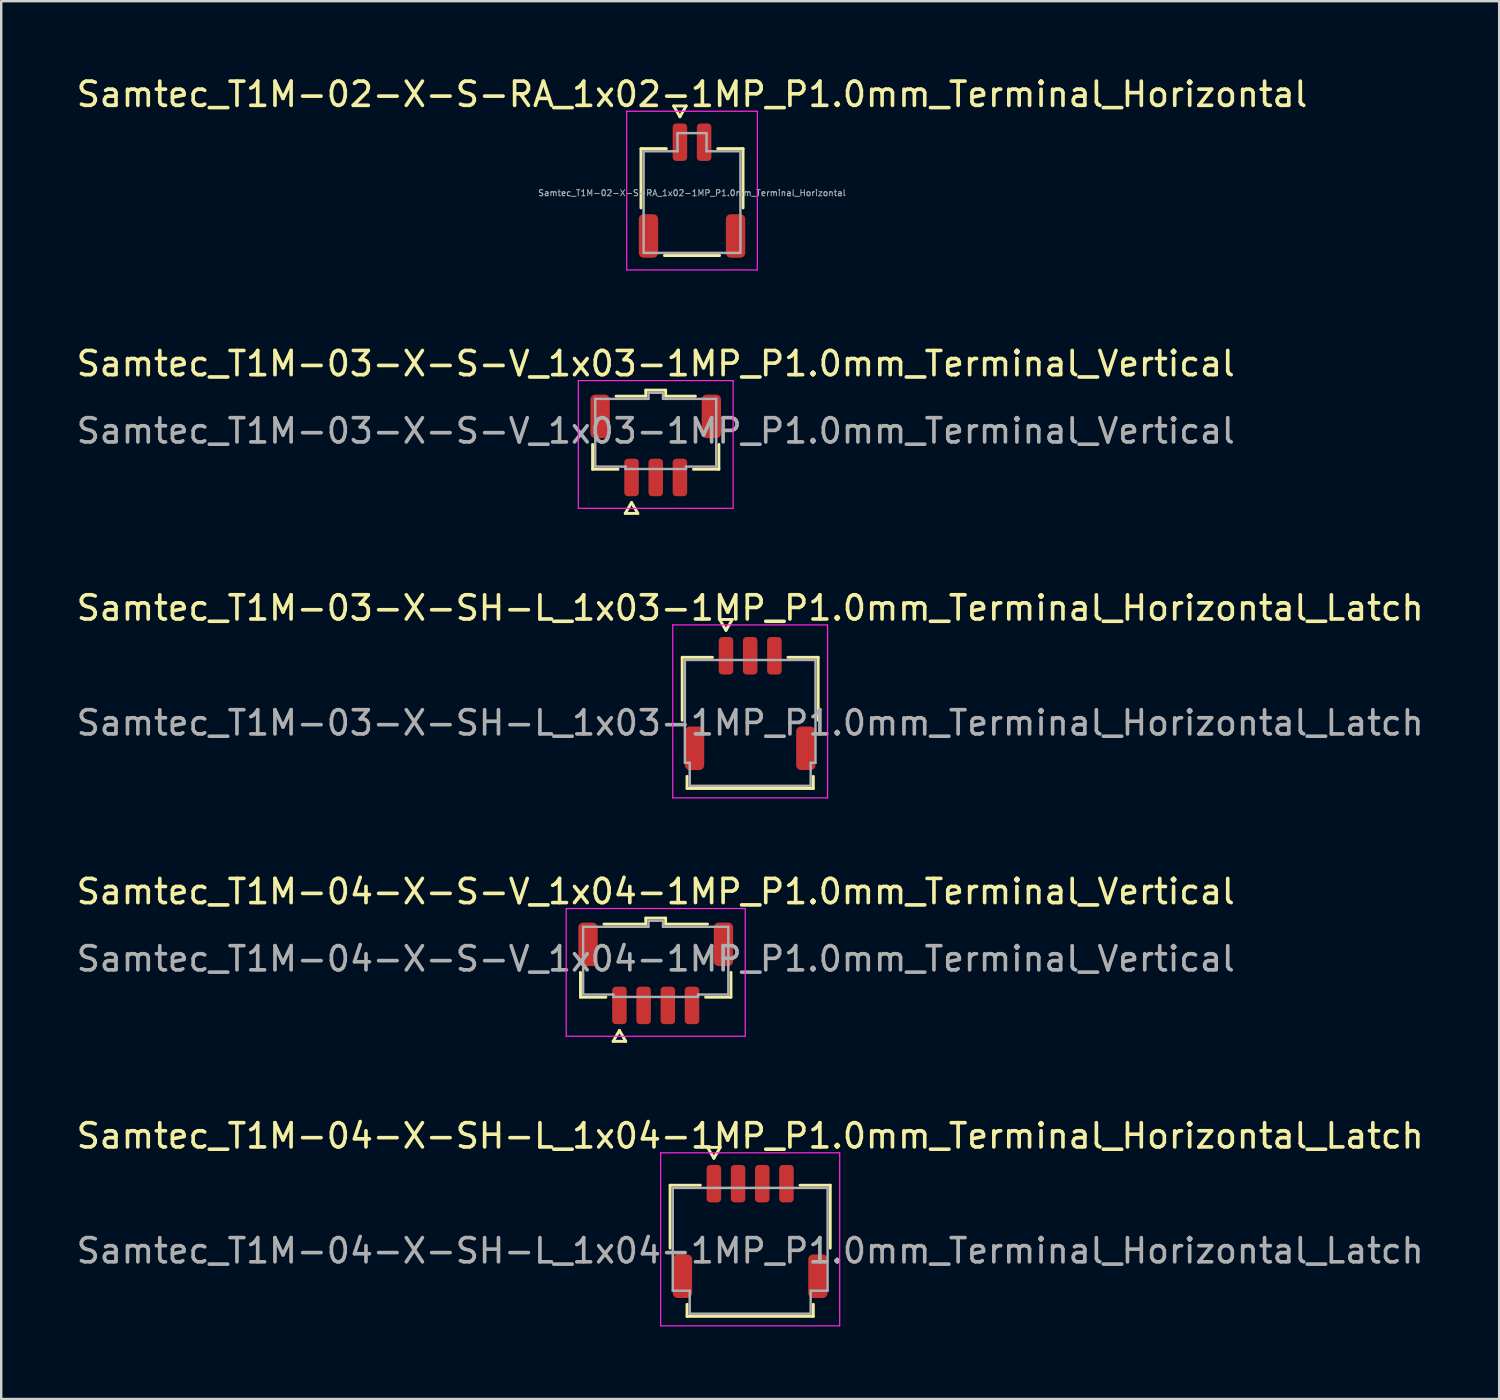
<source format=kicad_pcb>
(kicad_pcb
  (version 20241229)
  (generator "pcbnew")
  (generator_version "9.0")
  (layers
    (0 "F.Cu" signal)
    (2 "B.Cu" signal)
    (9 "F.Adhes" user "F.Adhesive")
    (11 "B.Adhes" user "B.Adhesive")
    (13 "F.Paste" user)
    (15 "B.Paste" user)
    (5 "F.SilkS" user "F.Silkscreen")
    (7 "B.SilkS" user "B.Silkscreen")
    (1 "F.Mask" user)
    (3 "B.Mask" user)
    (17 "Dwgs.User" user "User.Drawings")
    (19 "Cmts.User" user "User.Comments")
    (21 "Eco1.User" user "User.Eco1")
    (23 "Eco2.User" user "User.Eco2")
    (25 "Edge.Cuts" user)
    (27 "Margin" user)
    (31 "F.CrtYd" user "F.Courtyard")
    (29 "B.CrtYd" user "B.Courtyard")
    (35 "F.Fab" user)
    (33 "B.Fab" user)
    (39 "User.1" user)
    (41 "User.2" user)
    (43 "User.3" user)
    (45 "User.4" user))
  (footprint "Samtec_T1M-03-X-S-V_1x03-1MP_P1.0mm_Terminal_Vertical"
    (layer "F.Cu")
    (at 24.054 14.761)
    (property "Reference" "Samtec_T1M-03-X-S-V_1x03-1MP_P1.0mm_Terminal_Vertical" (at 0 -2.78 0) (layer "F.SilkS") (effects (font (size 1 1) (thickness 0.15))))
    (attr smd)
    (fp_line (start -2.61 1.585) (end -2.61 0.56) (stroke (width 0.12) (type solid)) (layer "F.SilkS"))
    (fp_line (start -1.64 -1.435) (end -0.41 -1.435) (stroke (width 0.12) (type solid)) (layer "F.SilkS"))
    (fp_line (start -1.56 1.585) (end -2.61 1.585) (stroke (width 0.12) (type solid)) (layer "F.SilkS"))
    (fp_line (start -1.26 3.41) (end -1 2.96) (stroke (width 0.12) (type solid)) (layer "F.SilkS"))
    (fp_line (start -1 2.96) (end -0.74 3.41) (stroke (width 0.12) (type solid)) (layer "F.SilkS"))
    (fp_line (start -0.74 3.41) (end -1.26 3.41) (stroke (width 0.12) (type solid)) (layer "F.SilkS"))
    (fp_line (start -0.41 -1.685) (end 0.41 -1.685) (stroke (width 0.12) (type solid)) (layer "F.SilkS"))
    (fp_line (start -0.41 -1.435) (end -0.41 -1.685) (stroke (width 0.12) (type solid)) (layer "F.SilkS"))
    (fp_line (start 0.41 -1.685) (end 0.41 -1.435) (stroke (width 0.12) (type solid)) (layer "F.SilkS"))
    (fp_line (start 0.41 -1.435) (end 1.64 -1.435) (stroke (width 0.12) (type solid)) (layer "F.SilkS"))
    (fp_line (start 2.61 0.56) (end 2.61 1.585) (stroke (width 0.12) (type solid)) (layer "F.SilkS"))
    (fp_line (start 2.61 1.585) (end 1.56 1.585) (stroke (width 0.12) (type solid)) (layer "F.SilkS"))
    (fp_line (start -3.2 -2.08) (end -3.2 3.2) (stroke (width 0.05) (type solid)) (layer "F.CrtYd"))
    (fp_line (start -3.2 3.2) (end 3.2 3.2) (stroke (width 0.05) (type solid)) (layer "F.CrtYd"))
    (fp_line (start 3.2 -2.08) (end -3.2 -2.08) (stroke (width 0.05) (type solid)) (layer "F.CrtYd"))
    (fp_line (start 3.2 3.2) (end 3.2 -2.08) (stroke (width 0.05) (type solid)) (layer "F.CrtYd"))
    (fp_line (start -2.5 -1.325) (end -0.3 -1.325) (stroke (width 0.1) (type solid)) (layer "F.Fab"))
    (fp_line (start -2.5 1.475) (end -2.5 -1.325) (stroke (width 0.1) (type solid)) (layer "F.Fab"))
    (fp_line (start -1.25 1.475) (end -2.5 1.475) (stroke (width 0.1) (type solid)) (layer "F.Fab"))
    (fp_line (start -1.25 1.575) (end -1.25 1.475) (stroke (width 0.1) (type solid)) (layer "F.Fab"))
    (fp_line (start -0.3 -1.575) (end 0.3 -1.575) (stroke (width 0.1) (type solid)) (layer "F.Fab"))
    (fp_line (start -0.3 -1.325) (end -0.3 -1.575) (stroke (width 0.1) (type solid)) (layer "F.Fab"))
    (fp_line (start 0.3 -1.575) (end 0.3 -1.325) (stroke (width 0.1) (type solid)) (layer "F.Fab"))
    (fp_line (start 0.3 -1.325) (end 2.5 -1.325) (stroke (width 0.1) (type solid)) (layer "F.Fab"))
    (fp_line (start 1.25 1.475) (end 1.25 1.575) (stroke (width 0.1) (type solid)) (layer "F.Fab"))
    (fp_line (start 1.25 1.575) (end -1.25 1.575) (stroke (width 0.1) (type solid)) (layer "F.Fab"))
    (fp_line (start 2.5 -1.325) (end 2.5 1.475) (stroke (width 0.1) (type solid)) (layer "F.Fab"))
    (fp_line (start 2.5 1.475) (end 1.25 1.475) (stroke (width 0.1) (type solid)) (layer "F.Fab"))
    (fp_text user "${REFERENCE}" (at 0 0 0) (layer "F.Fab") (effects (font (size 1 1) (thickness 0.15))))
    (pad "1" smd roundrect (at -1 1.925) (size 0.6 1.55) (layers "F.Cu" "F.Mask" "F.Paste") (roundrect_rratio 0.25))
    (pad "2" smd roundrect (at 0 1.925) (size 0.6 1.55) (layers "F.Cu" "F.Mask" "F.Paste") (roundrect_rratio 0.25))
    (pad "3" smd roundrect (at 1 1.925) (size 0.6 1.55) (layers "F.Cu" "F.Mask" "F.Paste") (roundrect_rratio 0.25))
    (pad "MP" smd roundrect (at -2.3 -0.6) (size 0.8 1.8) (layers "F.Cu" "F.Mask" "F.Paste") (roundrect_rratio 0.25))
    (pad "MP" smd roundrect (at 2.3 -0.6) (size 0.8 1.8) (layers "F.Cu" "F.Mask" "F.Paste") (roundrect_rratio 0.25)))
  (footprint "Samtec_T1M-04-X-S-V_1x04-1MP_P1.0mm_Terminal_Vertical"
    (layer "F.Cu")
    (at 24.054 36.583)
    (property "Reference" "Samtec_T1M-04-X-S-V_1x04-1MP_P1.0mm_Terminal_Vertical" (at 0 -2.78 0) (layer "F.SilkS") (effects (font (size 1 1) (thickness 0.15))))
    (attr smd)
    (fp_line (start -3.11 1.585) (end -3.11 0.56) (stroke (width 0.12) (type solid)) (layer "F.SilkS"))
    (fp_line (start -2.14 -1.435) (end -0.41 -1.435) (stroke (width 0.12) (type solid)) (layer "F.SilkS"))
    (fp_line (start -2.06 1.585) (end -3.11 1.585) (stroke (width 0.12) (type solid)) (layer "F.SilkS"))
    (fp_line (start -1.76 3.41) (end -1.5 2.96) (stroke (width 0.12) (type solid)) (layer "F.SilkS"))
    (fp_line (start -1.5 2.96) (end -1.24 3.41) (stroke (width 0.12) (type solid)) (layer "F.SilkS"))
    (fp_line (start -1.24 3.41) (end -1.76 3.41) (stroke (width 0.12) (type solid)) (layer "F.SilkS"))
    (fp_line (start -0.41 -1.685) (end 0.41 -1.685) (stroke (width 0.12) (type solid)) (layer "F.SilkS"))
    (fp_line (start -0.41 -1.435) (end -0.41 -1.685) (stroke (width 0.12) (type solid)) (layer "F.SilkS"))
    (fp_line (start 0.41 -1.685) (end 0.41 -1.435) (stroke (width 0.12) (type solid)) (layer "F.SilkS"))
    (fp_line (start 0.41 -1.435) (end 2.14 -1.435) (stroke (width 0.12) (type solid)) (layer "F.SilkS"))
    (fp_line (start 3.11 0.56) (end 3.11 1.585) (stroke (width 0.12) (type solid)) (layer "F.SilkS"))
    (fp_line (start 3.11 1.585) (end 2.06 1.585) (stroke (width 0.12) (type solid)) (layer "F.SilkS"))
    (fp_line (start -3.7 -2.08) (end -3.7 3.2) (stroke (width 0.05) (type solid)) (layer "F.CrtYd"))
    (fp_line (start -3.7 3.2) (end 3.7 3.2) (stroke (width 0.05) (type solid)) (layer "F.CrtYd"))
    (fp_line (start 3.7 -2.08) (end -3.7 -2.08) (stroke (width 0.05) (type solid)) (layer "F.CrtYd"))
    (fp_line (start 3.7 3.2) (end 3.7 -2.08) (stroke (width 0.05) (type solid)) (layer "F.CrtYd"))
    (fp_line (start -3 -1.325) (end -0.3 -1.325) (stroke (width 0.1) (type solid)) (layer "F.Fab"))
    (fp_line (start -3 1.475) (end -3 -1.325) (stroke (width 0.1) (type solid)) (layer "F.Fab"))
    (fp_line (start -1.75 1.475) (end -3 1.475) (stroke (width 0.1) (type solid)) (layer "F.Fab"))
    (fp_line (start -1.75 1.575) (end -1.75 1.475) (stroke (width 0.1) (type solid)) (layer "F.Fab"))
    (fp_line (start -0.3 -1.575) (end 0.3 -1.575) (stroke (width 0.1) (type solid)) (layer "F.Fab"))
    (fp_line (start -0.3 -1.325) (end -0.3 -1.575) (stroke (width 0.1) (type solid)) (layer "F.Fab"))
    (fp_line (start 0.3 -1.575) (end 0.3 -1.325) (stroke (width 0.1) (type solid)) (layer "F.Fab"))
    (fp_line (start 0.3 -1.325) (end 3 -1.325) (stroke (width 0.1) (type solid)) (layer "F.Fab"))
    (fp_line (start 1.75 1.475) (end 1.75 1.575) (stroke (width 0.1) (type solid)) (layer "F.Fab"))
    (fp_line (start 1.75 1.575) (end -1.75 1.575) (stroke (width 0.1) (type solid)) (layer "F.Fab"))
    (fp_line (start 3 -1.325) (end 3 1.475) (stroke (width 0.1) (type solid)) (layer "F.Fab"))
    (fp_line (start 3 1.475) (end 1.75 1.475) (stroke (width 0.1) (type solid)) (layer "F.Fab"))
    (fp_text user "${REFERENCE}" (at 0 0 0) (layer "F.Fab") (effects (font (size 1 1) (thickness 0.15))))
    (pad "1" smd roundrect (at -1.5 1.925) (size 0.6 1.55) (layers "F.Cu" "F.Mask" "F.Paste") (roundrect_rratio 0.25))
    (pad "2" smd roundrect (at -0.5 1.925) (size 0.6 1.55) (layers "F.Cu" "F.Mask" "F.Paste") (roundrect_rratio 0.25))
    (pad "3" smd roundrect (at 0.5 1.925) (size 0.6 1.55) (layers "F.Cu" "F.Mask" "F.Paste") (roundrect_rratio 0.25))
    (pad "4" smd roundrect (at 1.5 1.925) (size 0.6 1.55) (layers "F.Cu" "F.Mask" "F.Paste") (roundrect_rratio 0.25))
    (pad "MP" smd roundrect (at -2.8 -0.6) (size 0.8 1.8) (layers "F.Cu" "F.Mask" "F.Paste") (roundrect_rratio 0.25))
    (pad "MP" smd roundrect (at 2.8 -0.6) (size 0.8 1.8) (layers "F.Cu" "F.Mask" "F.Paste") (roundrect_rratio 0.25)))
  (footprint "Samtec_T1M-04-X-SH-L_1x04-1MP_P1.0mm_Terminal_Horizontal_Latch"
    (layer "F.Cu")
    (at 27.958 48.651)
    (property "Reference" "Samtec_T1M-04-X-SH-L_1x04-1MP_P1.0mm_Terminal_Horizontal_Latch" (at 0 -4.75 0) (layer "F.SilkS") (effects (font (size 1 1) (thickness 0.15))))
    (attr smd)
    (fp_line (start -3.31 -2.71) (end -2.06 -2.71) (stroke (width 0.12) (type solid)) (layer "F.SilkS"))
    (fp_line (start -3.31 -0.11) (end -3.31 -2.71) (stroke (width 0.12) (type solid)) (layer "F.SilkS"))
    (fp_line (start -2.61 2.71) (end -2.61 2.21) (stroke (width 0.12) (type solid)) (layer "F.SilkS"))
    (fp_line (start -1.76 -4.275) (end -1.5 -3.825) (stroke (width 0.12) (type solid)) (layer "F.SilkS"))
    (fp_line (start -1.5 -3.825) (end -1.24 -4.275) (stroke (width 0.12) (type solid)) (layer "F.SilkS"))
    (fp_line (start -1.24 -4.275) (end -1.76 -4.275) (stroke (width 0.12) (type solid)) (layer "F.SilkS"))
    (fp_line (start 2.06 -2.71) (end 3.31 -2.71) (stroke (width 0.12) (type solid)) (layer "F.SilkS"))
    (fp_line (start 2.61 2.21) (end 2.61 2.71) (stroke (width 0.12) (type solid)) (layer "F.SilkS"))
    (fp_line (start 2.61 2.71) (end -2.61 2.71) (stroke (width 0.12) (type solid)) (layer "F.SilkS"))
    (fp_line (start 3.31 -2.71) (end 3.31 -0.11) (stroke (width 0.12) (type solid)) (layer "F.SilkS"))
    (fp_line (start -3.7 -4.05) (end -3.7 3.1) (stroke (width 0.05) (type solid)) (layer "F.CrtYd"))
    (fp_line (start -3.7 3.1) (end 3.7 3.1) (stroke (width 0.05) (type solid)) (layer "F.CrtYd"))
    (fp_line (start 3.7 -4.05) (end -3.7 -4.05) (stroke (width 0.05) (type solid)) (layer "F.CrtYd"))
    (fp_line (start 3.7 3.1) (end 3.7 -4.05) (stroke (width 0.05) (type solid)) (layer "F.CrtYd"))
    (fp_line (start -3.2 -2.6) (end 3.2 -2.6) (stroke (width 0.1) (type solid)) (layer "F.Fab"))
    (fp_line (start -3.2 1.65) (end -3.2 -2.6) (stroke (width 0.1) (type solid)) (layer "F.Fab"))
    (fp_line (start -2.5 1.65) (end -3.2 1.65) (stroke (width 0.1) (type solid)) (layer "F.Fab"))
    (fp_line (start -2.5 2.6) (end -2.5 1.65) (stroke (width 0.1) (type solid)) (layer "F.Fab"))
    (fp_line (start 2.5 1.65) (end 2.5 2.6) (stroke (width 0.1) (type solid)) (layer "F.Fab"))
    (fp_line (start 2.5 2.6) (end -2.5 2.6) (stroke (width 0.1) (type solid)) (layer "F.Fab"))
    (fp_line (start 3.2 -2.6) (end 3.2 1.65) (stroke (width 0.1) (type solid)) (layer "F.Fab"))
    (fp_line (start 3.2 1.65) (end 2.5 1.65) (stroke (width 0.1) (type solid)) (layer "F.Fab"))
    (fp_text user "${REFERENCE}" (at 0 0 0) (layer "F.Fab") (effects (font (size 1 1) (thickness 0.15))))
    (pad "1" smd roundrect (at -1.5 -2.775) (size 0.6 1.55) (layers "F.Cu" "F.Mask" "F.Paste") (roundrect_rratio 0.25))
    (pad "2" smd roundrect (at -0.5 -2.775) (size 0.6 1.55) (layers "F.Cu" "F.Mask" "F.Paste") (roundrect_rratio 0.25))
    (pad "3" smd roundrect (at 0.5 -2.775) (size 0.6 1.55) (layers "F.Cu" "F.Mask" "F.Paste") (roundrect_rratio 0.25))
    (pad "4" smd roundrect (at 1.5 -2.775) (size 0.6 1.55) (layers "F.Cu" "F.Mask" "F.Paste") (roundrect_rratio 0.25))
    (pad "MP" smd roundrect (at -2.8 1.05) (size 0.8 1.8) (layers "F.Cu" "F.Mask" "F.Paste") (roundrect_rratio 0.25))
    (pad "MP" smd roundrect (at 2.8 1.05) (size 0.8 1.8) (layers "F.Cu" "F.Mask" "F.Paste") (roundrect_rratio 0.25)))
  (footprint "Samtec_T1M-03-X-SH-L_1x03-1MP_P1.0mm_Terminal_Horizontal_Latch"
    (layer "F.Cu")
    (at 27.958 26.83)
    (property "Reference" "Samtec_T1M-03-X-SH-L_1x03-1MP_P1.0mm_Terminal_Horizontal_Latch" (at 0 -4.75 0) (layer "F.SilkS") (effects (font (size 1 1) (thickness 0.15))))
    (attr smd)
    (fp_line (start -2.81 -2.71) (end -1.56 -2.71) (stroke (width 0.12) (type solid)) (layer "F.SilkS"))
    (fp_line (start -2.81 -0.11) (end -2.81 -2.71) (stroke (width 0.12) (type solid)) (layer "F.SilkS"))
    (fp_line (start -2.61 2.71) (end -2.61 2.21) (stroke (width 0.12) (type solid)) (layer "F.SilkS"))
    (fp_line (start -1.26 -4.275) (end -1 -3.825) (stroke (width 0.12) (type solid)) (layer "F.SilkS"))
    (fp_line (start -1 -3.825) (end -0.74 -4.275) (stroke (width 0.12) (type solid)) (layer "F.SilkS"))
    (fp_line (start -0.74 -4.275) (end -1.26 -4.275) (stroke (width 0.12) (type solid)) (layer "F.SilkS"))
    (fp_line (start 1.56 -2.71) (end 2.81 -2.71) (stroke (width 0.12) (type solid)) (layer "F.SilkS"))
    (fp_line (start 2.61 2.21) (end 2.61 2.71) (stroke (width 0.12) (type solid)) (layer "F.SilkS"))
    (fp_line (start 2.61 2.71) (end -2.61 2.71) (stroke (width 0.12) (type solid)) (layer "F.SilkS"))
    (fp_line (start 2.81 -2.71) (end 2.81 -0.11) (stroke (width 0.12) (type solid)) (layer "F.SilkS"))
    (fp_line (start -3.2 -4.05) (end -3.2 3.1) (stroke (width 0.05) (type solid)) (layer "F.CrtYd"))
    (fp_line (start -3.2 3.1) (end 3.2 3.1) (stroke (width 0.05) (type solid)) (layer "F.CrtYd"))
    (fp_line (start 3.2 -4.05) (end -3.2 -4.05) (stroke (width 0.05) (type solid)) (layer "F.CrtYd"))
    (fp_line (start 3.2 3.1) (end 3.2 -4.05) (stroke (width 0.05) (type solid)) (layer "F.CrtYd"))
    (fp_line (start -2.7 -2.6) (end 2.7 -2.6) (stroke (width 0.1) (type solid)) (layer "F.Fab"))
    (fp_line (start -2.7 1.65) (end -2.7 -2.6) (stroke (width 0.1) (type solid)) (layer "F.Fab"))
    (fp_line (start -2.5 1.65) (end -2.7 1.65) (stroke (width 0.1) (type solid)) (layer "F.Fab"))
    (fp_line (start -2.5 2.6) (end -2.5 1.65) (stroke (width 0.1) (type solid)) (layer "F.Fab"))
    (fp_line (start 2.5 1.65) (end 2.5 2.6) (stroke (width 0.1) (type solid)) (layer "F.Fab"))
    (fp_line (start 2.5 2.6) (end -2.5 2.6) (stroke (width 0.1) (type solid)) (layer "F.Fab"))
    (fp_line (start 2.7 -2.6) (end 2.7 1.65) (stroke (width 0.1) (type solid)) (layer "F.Fab"))
    (fp_line (start 2.7 1.65) (end 2.5 1.65) (stroke (width 0.1) (type solid)) (layer "F.Fab"))
    (fp_text user "${REFERENCE}" (at 0 0 0) (layer "F.Fab") (effects (font (size 1 1) (thickness 0.15))))
    (pad "1" smd roundrect (at -1 -2.775) (size 0.6 1.55) (layers "F.Cu" "F.Mask" "F.Paste") (roundrect_rratio 0.25))
    (pad "2" smd roundrect (at 0 -2.775) (size 0.6 1.55) (layers "F.Cu" "F.Mask" "F.Paste") (roundrect_rratio 0.25))
    (pad "3" smd roundrect (at 1 -2.775) (size 0.6 1.55) (layers "F.Cu" "F.Mask" "F.Paste") (roundrect_rratio 0.25))
    (pad "MP" smd roundrect (at -2.3 1.05) (size 0.8 1.8) (layers "F.Cu" "F.Mask" "F.Paste") (roundrect_rratio 0.25))
    (pad "MP" smd roundrect (at 2.3 1.05) (size 0.8 1.8) (layers "F.Cu" "F.Mask" "F.Paste") (roundrect_rratio 0.25)))
  (footprint "Samtec_T1M-02-X-S-RA_1x02-1MP_P1.0mm_Terminal_Horizontal"
    (layer "F.Cu")
    (at 25.554 4.928)
    (property "Reference" "Samtec_T1M-02-X-S-RA_1x02-1MP_P1.0mm_Terminal_Horizontal" (at 0 -4.08 0) (layer "F.SilkS") (effects (font (size 1 1) (thickness 0.15))))
    (attr smd)
    (fp_line (start -2.11 -1.835) (end -1.06 -1.835) (stroke (width 0.12) (type solid)) (layer "F.SilkS"))
    (fp_line (start -2.11 0.615) (end -2.11 -1.835) (stroke (width 0.12) (type solid)) (layer "F.SilkS"))
    (fp_line (start -0.76 -3.6) (end -0.5 -3.15) (stroke (width 0.12) (type solid)) (layer "F.SilkS"))
    (fp_line (start -0.5 -3.15) (end -0.24 -3.6) (stroke (width 0.12) (type solid)) (layer "F.SilkS"))
    (fp_line (start -0.24 -3.6) (end -0.76 -3.6) (stroke (width 0.12) (type solid)) (layer "F.SilkS"))
    (fp_line (start 1.06 -1.835) (end 2.11 -1.835) (stroke (width 0.12) (type solid)) (layer "F.SilkS"))
    (fp_line (start 1.14 2.585) (end -1.14 2.585) (stroke (width 0.12) (type solid)) (layer "F.SilkS"))
    (fp_line (start 2.11 -1.835) (end 2.11 0.615) (stroke (width 0.12) (type solid)) (layer "F.SilkS"))
    (fp_line (start -2.7 -3.38) (end -2.7 3.18) (stroke (width 0.05) (type solid)) (layer "F.CrtYd"))
    (fp_line (start -2.7 3.18) (end 2.7 3.18) (stroke (width 0.05) (type solid)) (layer "F.CrtYd"))
    (fp_line (start 2.7 -3.38) (end -2.7 -3.38) (stroke (width 0.05) (type solid)) (layer "F.CrtYd"))
    (fp_line (start 2.7 3.18) (end 2.7 -3.38) (stroke (width 0.05) (type solid)) (layer "F.CrtYd"))
    (fp_line (start -2 -1.725) (end -0.6 -1.725) (stroke (width 0.1) (type solid)) (layer "F.Fab"))
    (fp_line (start -2 2.475) (end -2 -1.725) (stroke (width 0.1) (type solid)) (layer "F.Fab"))
    (fp_line (start -0.6 -2.475) (end 0.6 -2.475) (stroke (width 0.1) (type solid)) (layer "F.Fab"))
    (fp_line (start -0.6 -1.725) (end -0.6 -2.475) (stroke (width 0.1) (type solid)) (layer "F.Fab"))
    (fp_line (start 0.6 -2.475) (end 0.6 -1.725) (stroke (width 0.1) (type solid)) (layer "F.Fab"))
    (fp_line (start 0.6 -1.725) (end 2 -1.725) (stroke (width 0.1) (type solid)) (layer "F.Fab"))
    (fp_line (start 2 -1.725) (end 2 2.475) (stroke (width 0.1) (type solid)) (layer "F.Fab"))
    (fp_line (start 2 2.475) (end -2 2.475) (stroke (width 0.1) (type solid)) (layer "F.Fab"))
    (fp_text user "${REFERENCE}" (at 0 0 0) (layer "F.Fab") (effects (font (size 0.25 0.25) (thickness 0.04))))
    (pad "1" smd roundrect (at -0.5 -2.1) (size 0.6 1.55) (layers "F.Cu" "F.Mask" "F.Paste") (roundrect_rratio 0.25))
    (pad "2" smd roundrect (at 0.5 -2.1) (size 0.6 1.55) (layers "F.Cu" "F.Mask" "F.Paste") (roundrect_rratio 0.25))
    (pad "MP" smd roundrect (at -1.8 1.775) (size 0.8 1.8) (layers "F.Cu" "F.Mask" "F.Paste") (roundrect_rratio 0.25))
    (pad "MP" smd roundrect (at 1.8 1.775) (size 0.8 1.8) (layers "F.Cu" "F.Mask" "F.Paste") (roundrect_rratio 0.25)))
  (gr_rect
    (start -3 -3)
    (end 58.917 54.776)
    (stroke (width 0.1) (type default))
    (fill no)
    (layer "Edge.Cuts")))
</source>
